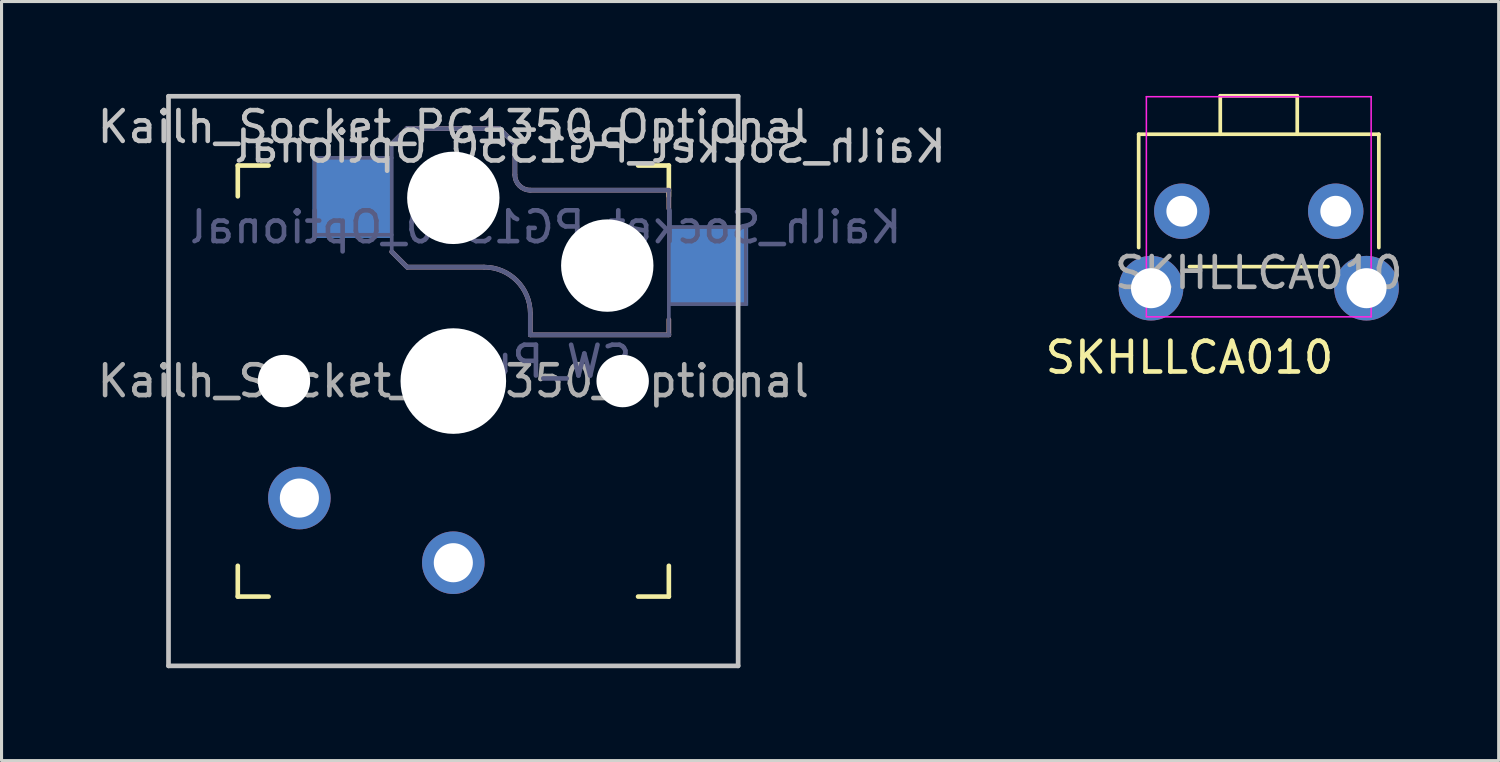
<source format=kicad_pcb>
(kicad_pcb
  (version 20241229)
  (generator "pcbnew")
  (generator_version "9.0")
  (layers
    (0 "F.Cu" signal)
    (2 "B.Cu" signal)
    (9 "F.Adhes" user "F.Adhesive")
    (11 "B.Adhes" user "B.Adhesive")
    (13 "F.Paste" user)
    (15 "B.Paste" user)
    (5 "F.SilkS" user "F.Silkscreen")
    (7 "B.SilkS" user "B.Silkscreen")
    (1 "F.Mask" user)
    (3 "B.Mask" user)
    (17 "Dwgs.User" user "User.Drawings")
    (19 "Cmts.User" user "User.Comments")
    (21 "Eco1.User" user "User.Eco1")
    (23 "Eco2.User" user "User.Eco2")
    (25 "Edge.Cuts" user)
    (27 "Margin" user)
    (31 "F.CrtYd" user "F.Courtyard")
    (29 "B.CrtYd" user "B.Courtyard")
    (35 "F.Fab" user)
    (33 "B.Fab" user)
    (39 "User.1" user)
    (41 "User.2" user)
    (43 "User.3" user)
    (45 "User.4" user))
  (footprint "SKHLLCA010"
    (layer "F.Cu")
    (at 37.832 5.06)
    (property "Reference" "SKHLLCA010" (at -2.25 3.5 0) (unlocked yes) (layer "F.SilkS") (effects (font (size 1 1) (thickness 0.15))))
    (attr through_hole)
    (fp_line (start -3.9 -3.75) (end 3.9 -3.75) (stroke (width 0.12) (type solid)) (layer "F.SilkS"))
    (fp_line (start -3.9 -0.07) (end -3.9 -3.75) (stroke (width 0.12) (type solid)) (layer "F.SilkS"))
    (fp_line (start -2.25 0.55) (end 2.25 0.55) (stroke (width 0.12) (type solid)) (layer "F.SilkS"))
    (fp_line (start -1.25 -5) (end 1.25 -5) (stroke (width 0.12) (type solid)) (layer "F.SilkS"))
    (fp_line (start -1.25 -3.75) (end -1.25 -5) (stroke (width 0.12) (type solid)) (layer "F.SilkS"))
    (fp_line (start 1.25 -3.75) (end 1.25 -5) (stroke (width 0.12) (type solid)) (layer "F.SilkS"))
    (fp_line (start 3.9 -0.07) (end 3.9 -3.75) (stroke (width 0.12) (type solid)) (layer "F.SilkS"))
    (fp_line (start -3.65 -4.97) (end -3.65 2.18) (stroke (width 0.05) (type solid)) (layer "F.CrtYd"))
    (fp_line (start -3.65 -4.97) (end 3.65 -4.97) (stroke (width 0.05) (type solid)) (layer "F.CrtYd"))
    (fp_line (start -3.65 2.18) (end 3.65 2.18) (stroke (width 0.05) (type solid)) (layer "F.CrtYd"))
    (fp_line (start 3.65 -4.97) (end 3.65 2.18) (stroke (width 0.05) (type solid)) (layer "F.CrtYd"))
    (fp_text user "${REFERENCE}" (at 0 0.75 0) (unlocked yes) (layer "F.Fab") (effects (font (size 1 1) (thickness 0.15))))
    (pad "1" thru_hole circle (at 2.5 -1.25) (size 1.8 1.8) (drill 1) (layers "*.Cu" "B.Mask"))
    (pad "2" thru_hole circle (at -2.5 -1.25) (size 1.8 1.8) (drill 1) (layers "*.Cu" "B.Mask"))
    (pad "MP" thru_hole circle (at -3.5 1.25) (size 2.1 2.1) (drill 1.3) (layers "*.Cu" "*.Mask"))
    (pad "MP" thru_hole circle (at 3.5 1.25) (size 2.1 2.1) (drill 1.3) (layers "*.Cu" "*.Mask")))
  (footprint "Kailh_Socket_PG1350_Optional"
    (layer "F.Cu")
    (at 11.673 9.326)
    (property "Reference" "Kailh_Socket_PG1350_Optional" (at 0 -8.255 0) (layer "Dwgs.User") (effects (font (size 1 1) (thickness 0.15))))
    (property "Value" "SW_Push" (at 0 8.25 0) (layer "F.Fab") (hide yes) (effects (font (size 1 1) (thickness 0.15))))
    (attr through_hole)
    (fp_line (start -7 -6) (end -7 -7) (stroke (width 0.15) (type solid)) (layer "F.SilkS"))
    (fp_line (start -7 7) (end -7 6) (stroke (width 0.15) (type solid)) (layer "F.SilkS"))
    (fp_line (start -7 7) (end -6 7) (stroke (width 0.15) (type solid)) (layer "F.SilkS"))
    (fp_line (start -6 -7) (end -7 -7) (stroke (width 0.15) (type solid)) (layer "F.SilkS"))
    (fp_line (start 6 7) (end 7 7) (stroke (width 0.15) (type solid)) (layer "F.SilkS"))
    (fp_line (start 7 -7) (end 6 -7) (stroke (width 0.15) (type solid)) (layer "F.SilkS"))
    (fp_line (start 7 -7) (end 7 -6) (stroke (width 0.15) (type solid)) (layer "F.SilkS"))
    (fp_line (start 7 6) (end 7 7) (stroke (width 0.15) (type solid)) (layer "F.SilkS"))
    (fp_line (start -2 -7.7) (end -1.5 -8.2) (stroke (width 0.15) (type solid)) (layer "B.SilkS"))
    (fp_line (start -2 -4.2) (end -1.5 -3.7) (stroke (width 0.15) (type solid)) (layer "B.SilkS"))
    (fp_line (start -1.5 -8.2) (end 1.5 -8.2) (stroke (width 0.15) (type solid)) (layer "B.SilkS"))
    (fp_line (start -1.5 -3.7) (end 1 -3.7) (stroke (width 0.15) (type solid)) (layer "B.SilkS"))
    (fp_line (start 1.5 -8.2) (end 2 -7.7) (stroke (width 0.15) (type solid)) (layer "B.SilkS"))
    (fp_line (start 2 -6.7) (end 2 -7.7) (stroke (width 0.15) (type solid)) (layer "B.SilkS"))
    (fp_line (start 2.5 -2.2) (end 2.5 -1.5) (stroke (width 0.15) (type solid)) (layer "B.SilkS"))
    (fp_line (start 2.5 -1.5) (end 7 -1.5) (stroke (width 0.15) (type solid)) (layer "B.SilkS"))
    (fp_line (start 7 -6.2) (end 2.5 -6.2) (stroke (width 0.15) (type solid)) (layer "B.SilkS"))
    (fp_line (start 7 -5.6) (end 7 -6.2) (stroke (width 0.15) (type solid)) (layer "B.SilkS"))
    (fp_line (start 7 -1.5) (end 7 -2) (stroke (width 0.15) (type solid)) (layer "B.SilkS"))
    (fp_arc (start 1 -3.7) (mid 2.06066 -3.26066) (end 2.5 -2.2) (stroke (width 0.15) (type solid)) (layer "B.SilkS"))
    (fp_arc (start 2.5 -6.2) (mid 2.146447 -6.346447) (end 2 -6.7) (stroke (width 0.15) (type solid)) (layer "B.SilkS"))
    (fp_line (start -9.25 -9.25) (end 9.25 -9.25) (stroke (width 0.152) (type solid)) (layer "Dwgs.User"))
    (fp_line (start -9.25 9.25) (end -9.25 -9.25) (stroke (width 0.152) (type solid)) (layer "Dwgs.User"))
    (fp_line (start 9.25 -9.25) (end 9.25 9.25) (stroke (width 0.152) (type solid)) (layer "Dwgs.User"))
    (fp_line (start 9.25 9.25) (end -9.25 9.25) (stroke (width 0.152) (type solid)) (layer "Dwgs.User"))
    (fp_line (start -6.9 6.9) (end -6.9 -6.9) (stroke (width 0.15) (type solid)) (layer "Eco2.User"))
    (fp_line (start -6.9 6.9) (end 6.9 6.9) (stroke (width 0.15) (type solid)) (layer "Eco2.User"))
    (fp_line (start -2.6 -3.1) (end -2.6 -6.3) (stroke (width 0.15) (type solid)) (layer "Eco2.User"))
    (fp_line (start -2.6 -3.1) (end 2.6 -3.1) (stroke (width 0.15) (type solid)) (layer "Eco2.User"))
    (fp_line (start 2.6 -6.3) (end -2.6 -6.3) (stroke (width 0.15) (type solid)) (layer "Eco2.User"))
    (fp_line (start 2.6 -3.1) (end 2.6 -6.3) (stroke (width 0.15) (type solid)) (layer "Eco2.User"))
    (fp_line (start 6.9 -6.9) (end -6.9 -6.9) (stroke (width 0.15) (type solid)) (layer "Eco2.User"))
    (fp_line (start 6.9 -6.9) (end 6.9 6.9) (stroke (width 0.15) (type solid)) (layer "Eco2.User"))
    (fp_line (start -4.5 -7.25) (end -2 -7.25) (stroke (width 0.12) (type solid)) (layer "B.Fab"))
    (fp_line (start -4.5 -4.75) (end -4.5 -7.25) (stroke (width 0.12) (type solid)) (layer "B.Fab"))
    (fp_line (start -2 -7.7) (end -1.5 -8.2) (stroke (width 0.15) (type solid)) (layer "B.Fab"))
    (fp_line (start -2 -4.75) (end -4.5 -4.75) (stroke (width 0.12) (type solid)) (layer "B.Fab"))
    (fp_line (start -2 -4.25) (end -2 -7.7) (stroke (width 0.12) (type solid)) (layer "B.Fab"))
    (fp_line (start -2 -4.2) (end -1.5 -3.7) (stroke (width 0.15) (type solid)) (layer "B.Fab"))
    (fp_line (start -1.5 -8.2) (end 1.5 -8.2) (stroke (width 0.15) (type solid)) (layer "B.Fab"))
    (fp_line (start -1.5 -3.7) (end 1 -3.7) (stroke (width 0.15) (type solid)) (layer "B.Fab"))
    (fp_line (start 1.5 -8.2) (end 2 -7.7) (stroke (width 0.15) (type solid)) (layer "B.Fab"))
    (fp_line (start 2 -6.7) (end 2 -7.7) (stroke (width 0.15) (type solid)) (layer "B.Fab"))
    (fp_line (start 2.5 -2.2) (end 2.5 -1.5) (stroke (width 0.15) (type solid)) (layer "B.Fab"))
    (fp_line (start 2.5 -1.5) (end 7 -1.5) (stroke (width 0.15) (type solid)) (layer "B.Fab"))
    (fp_line (start 7 -6.2) (end 2.5 -6.2) (stroke (width 0.15) (type solid)) (layer "B.Fab"))
    (fp_line (start 7 -5) (end 9.5 -5) (stroke (width 0.12) (type solid)) (layer "B.Fab"))
    (fp_line (start 7 -1.5) (end 7 -6.2) (stroke (width 0.12) (type solid)) (layer "B.Fab"))
    (fp_line (start 9.5 -5) (end 9.5 -2.5) (stroke (width 0.12) (type solid)) (layer "B.Fab"))
    (fp_line (start 9.5 -2.5) (end 7 -2.5) (stroke (width 0.12) (type solid)) (layer "B.Fab"))
    (fp_arc (start 1 -3.7) (mid 2.06066 -3.26066) (end 2.5 -2.2) (stroke (width 0.15) (type solid)) (layer "B.Fab"))
    (fp_arc (start 2.5 -6.2) (mid 2.146447 -6.346447) (end 2 -6.7) (stroke (width 0.15) (type solid)) (layer "B.Fab"))
    (fp_text user "${REFERENCE}" (at 4.445 -7.62 0) (layer "Dwgs.User") (effects (font (size 1 1) (thickness 0.15)) (justify mirror)))
    (fp_text user "${VALUE}" (at 2.54 -0.635 0) (layer "B.Fab") (effects (font (size 1 1) (thickness 0.15)) (justify mirror)))
    (fp_text user "${REFERENCE}" (at 3 -5 180) (layer "B.Fab") (effects (font (size 1 1) (thickness 0.15)) (justify mirror)))
    (fp_text user "${REFERENCE}" (at 0 0 0) (layer "F.Fab") (effects (font (size 1 1) (thickness 0.15))))
    (pad "" np_thru_hole circle (at -5.5 0) (size 1.702 1.702) (drill 1.702) (layers "*.Cu" "*.Mask"))
    (pad "" np_thru_hole circle (at 0 -5.95) (size 3 3) (drill 3) (layers "*.Cu" "*.Mask"))
    (pad "" np_thru_hole circle (at 0 0) (size 3.429 3.429) (drill 3.429) (layers "*.Cu" "*.Mask"))
    (pad "" np_thru_hole circle (at 5 -3.75) (size 3 3) (drill 3) (layers "*.Cu" "*.Mask"))
    (pad "" np_thru_hole circle (at 5.5 0) (size 1.702 1.702) (drill 1.702) (layers "*.Cu" "*.Mask"))
    (pad "1" smd rect (at -3.275 -5.95) (size 2.6 2.6) (layers "B.Cu" "B.Mask" "B.Paste"))
    (pad "1" thru_hole circle (at 0 5.9) (size 2.032 2.032) (drill 1.27) (layers "*.Cu" "*.Mask"))
    (pad "2" thru_hole circle (at -5 3.8) (size 2.032 2.032) (drill 1.27) (layers "*.Cu" "*.Mask"))
    (pad "2" smd rect (at 8.275 -3.75) (size 2.6 2.6) (layers "B.Cu" "B.Mask" "B.Paste")))
  (gr_rect
    (start -3 -3)
    (end 45.624 21.652)
    (stroke (width 0.1) (type default))
    (fill no)
    (layer "Edge.Cuts")))
</source>
